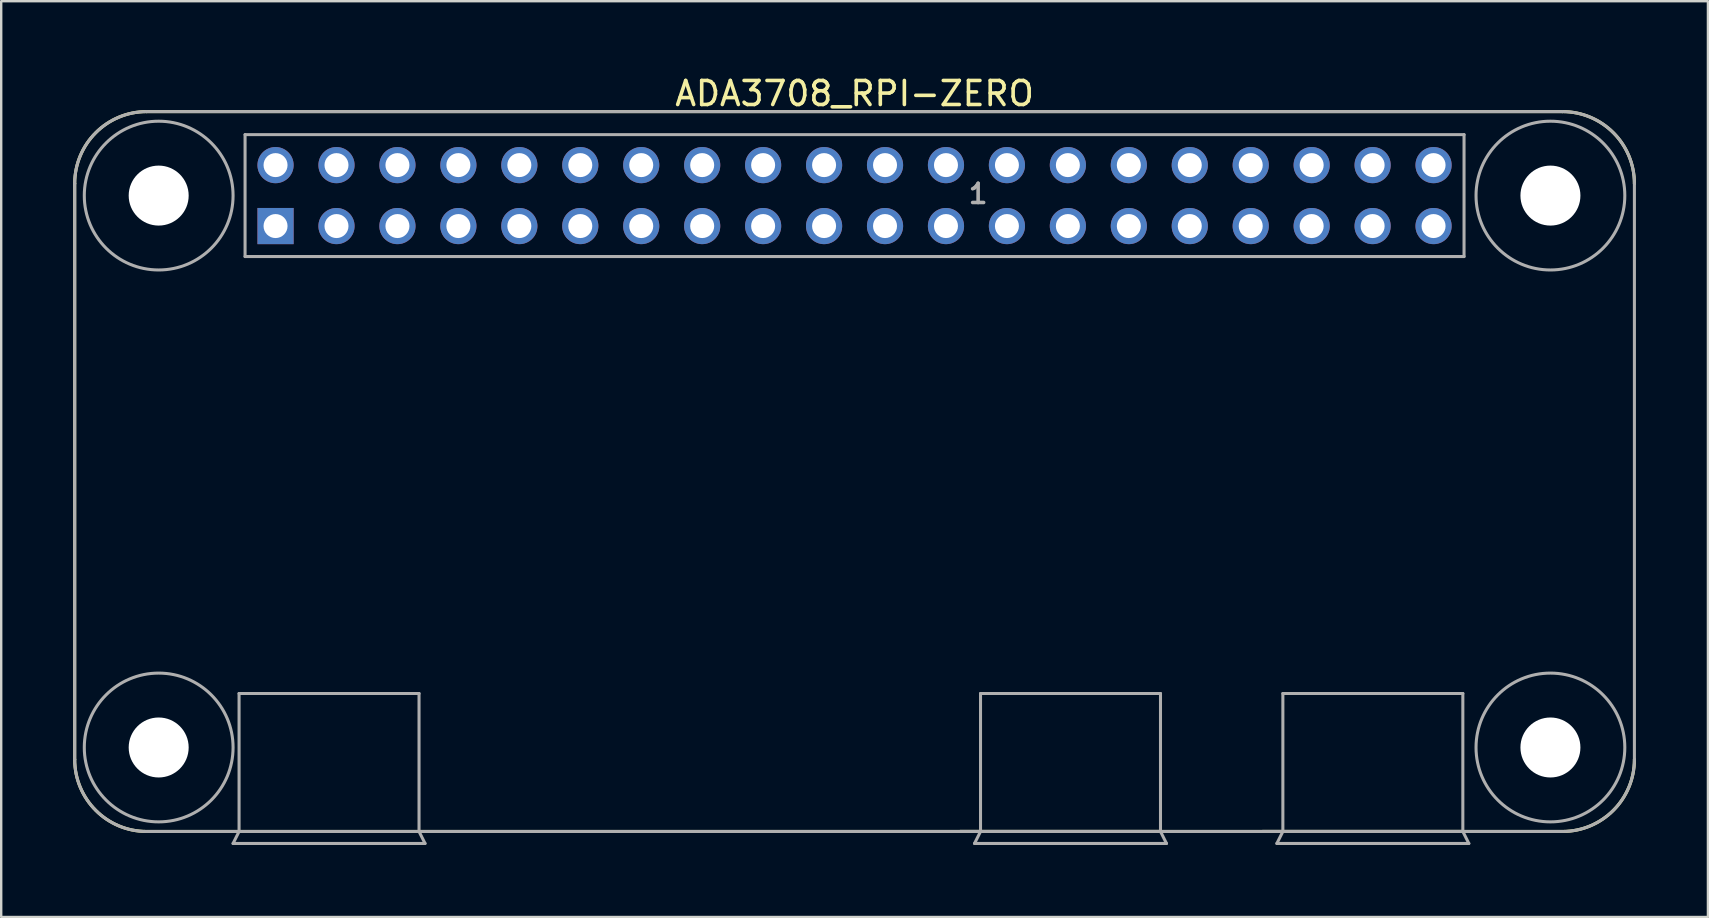
<source format=kicad_pcb>
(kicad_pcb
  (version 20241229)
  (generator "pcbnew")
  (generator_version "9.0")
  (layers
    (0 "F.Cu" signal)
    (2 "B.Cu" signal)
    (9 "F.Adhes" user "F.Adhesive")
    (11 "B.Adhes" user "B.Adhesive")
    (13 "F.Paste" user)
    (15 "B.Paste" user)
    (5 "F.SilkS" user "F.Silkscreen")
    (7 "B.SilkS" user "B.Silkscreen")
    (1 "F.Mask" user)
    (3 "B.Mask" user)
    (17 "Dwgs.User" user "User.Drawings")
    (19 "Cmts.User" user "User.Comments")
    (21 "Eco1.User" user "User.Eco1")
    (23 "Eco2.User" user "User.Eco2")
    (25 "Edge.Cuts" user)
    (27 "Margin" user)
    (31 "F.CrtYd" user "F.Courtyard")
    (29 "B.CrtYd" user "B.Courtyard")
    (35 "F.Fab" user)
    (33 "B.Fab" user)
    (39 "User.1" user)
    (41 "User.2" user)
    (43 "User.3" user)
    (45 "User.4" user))
  (footprint "ADA3708_RPI-ZERO"
    (layer "F.Cu")
    (at 32.563 5.101)
    (property "Reference" "ADA3708_RPI-ZERO" (at 0 -4.252 0) (layer "F.SilkS") (effects (font (size 1.002 1.002) (thickness 0.15))))
    (attr through_hole)
    (fp_line (start -32.5 -0.5) (end -32.5 23.5) (stroke (width 0.127) (type solid)) (layer "F.SilkS"))
    (fp_line (start -29.5 26.5) (end 29.5 26.5) (stroke (width 0.127) (type solid)) (layer "F.SilkS"))
    (fp_line (start 4.4 26.5) (end 12.75 26.5) (stroke (width 0.127) (type solid)) (layer "F.SilkS"))
    (fp_line (start 17 26.5) (end 25.35 26.5) (stroke (width 0.127) (type solid)) (layer "F.SilkS"))
    (fp_line (start 29.5 -3.5) (end -29.5 -3.5) (stroke (width 0.127) (type solid)) (layer "F.SilkS"))
    (fp_arc (start -32.5 -0.5) (mid -31.62132 -2.62132) (end -29.5 -3.5) (stroke (width 0.127) (type solid)) (layer "F.SilkS"))
    (fp_arc (start -29.5 26.5) (mid -31.62132 25.62132) (end -32.5 23.5) (stroke (width 0.127) (type solid)) (layer "F.SilkS"))
    (fp_arc (start 29.5 -3.5) (mid 31.62132 -2.62132) (end 32.5 -0.5) (stroke (width 0.127) (type solid)) (layer "F.SilkS"))
    (fp_arc (start 32.5 23.5) (mid 31.62132 25.62132) (end 29.5 26.5) (stroke (width 0.127) (type solid)) (layer "F.SilkS"))
    (fp_line (start -32.5 -0.5) (end -32.5 23.5) (stroke (width 0.127) (type solid)) (layer "F.Fab"))
    (fp_line (start -29.5 26.5) (end -25.65 26.5) (stroke (width 0.127) (type solid)) (layer "F.Fab"))
    (fp_line (start -25.9 27) (end -17.9 27) (stroke (width 0.127) (type solid)) (layer "F.Fab"))
    (fp_line (start -25.65 20.75) (end -18.15 20.75) (stroke (width 0.127) (type solid)) (layer "F.Fab"))
    (fp_line (start -25.65 26.5) (end -25.9 27) (stroke (width 0.127) (type solid)) (layer "F.Fab"))
    (fp_line (start -25.65 26.5) (end -25.65 20.75) (stroke (width 0.127) (type solid)) (layer "F.Fab"))
    (fp_line (start -25.65 26.5) (end -18.15 26.5) (stroke (width 0.127) (type solid)) (layer "F.Fab"))
    (fp_line (start -25.4 -2.54) (end -25.4 2.54) (stroke (width 0.127) (type solid)) (layer "F.Fab"))
    (fp_line (start -25.4 2.54) (end 25.4 2.54) (stroke (width 0.127) (type solid)) (layer "F.Fab"))
    (fp_line (start -18.15 20.75) (end -18.15 26.5) (stroke (width 0.127) (type solid)) (layer "F.Fab"))
    (fp_line (start -18.15 26.5) (end 29.5 26.5) (stroke (width 0.127) (type solid)) (layer "F.Fab"))
    (fp_line (start -17.9 27) (end -18.15 26.5) (stroke (width 0.127) (type solid)) (layer "F.Fab"))
    (fp_line (start 4.4 26.5) (end 5.25 26.5) (stroke (width 0.127) (type solid)) (layer "F.Fab"))
    (fp_line (start 5 27) (end 13 27) (stroke (width 0.127) (type solid)) (layer "F.Fab"))
    (fp_line (start 5.25 20.75) (end 12.75 20.75) (stroke (width 0.127) (type solid)) (layer "F.Fab"))
    (fp_line (start 5.25 26.5) (end 5 27) (stroke (width 0.127) (type solid)) (layer "F.Fab"))
    (fp_line (start 5.25 26.5) (end 5.25 20.75) (stroke (width 0.127) (type solid)) (layer "F.Fab"))
    (fp_line (start 5.25 26.5) (end 12.75 26.5) (stroke (width 0.127) (type solid)) (layer "F.Fab"))
    (fp_line (start 12.75 20.75) (end 12.75 26.5) (stroke (width 0.127) (type solid)) (layer "F.Fab"))
    (fp_line (start 13 27) (end 12.75 26.5) (stroke (width 0.127) (type solid)) (layer "F.Fab"))
    (fp_line (start 17 26.5) (end 17.85 26.5) (stroke (width 0.127) (type solid)) (layer "F.Fab"))
    (fp_line (start 17.6 27) (end 25.6 27) (stroke (width 0.127) (type solid)) (layer "F.Fab"))
    (fp_line (start 17.85 20.75) (end 25.35 20.75) (stroke (width 0.127) (type solid)) (layer "F.Fab"))
    (fp_line (start 17.85 26.5) (end 17.6 27) (stroke (width 0.127) (type solid)) (layer "F.Fab"))
    (fp_line (start 17.85 26.5) (end 17.85 20.75) (stroke (width 0.127) (type solid)) (layer "F.Fab"))
    (fp_line (start 17.85 26.5) (end 25.35 26.5) (stroke (width 0.127) (type solid)) (layer "F.Fab"))
    (fp_line (start 25.35 20.75) (end 25.35 26.5) (stroke (width 0.127) (type solid)) (layer "F.Fab"))
    (fp_line (start 25.4 -2.54) (end -25.4 -2.54) (stroke (width 0.127) (type solid)) (layer "F.Fab"))
    (fp_line (start 25.4 2.54) (end 25.4 -2.54) (stroke (width 0.127) (type solid)) (layer "F.Fab"))
    (fp_line (start 25.6 27) (end 25.35 26.5) (stroke (width 0.127) (type solid)) (layer "F.Fab"))
    (fp_line (start 29.5 -3.5) (end -29.5 -3.5) (stroke (width 0.127) (type solid)) (layer "F.Fab"))
    (fp_line (start 32.5 23.5) (end 32.5 -0.5) (stroke (width 0.127) (type solid)) (layer "F.Fab"))
    (fp_arc (start -32.5 -0.5) (mid -31.62132 -2.62132) (end -29.5 -3.5) (stroke (width 0.127) (type solid)) (layer "F.Fab"))
    (fp_arc (start -29.5 26.5) (mid -31.62132 25.62132) (end -32.5 23.5) (stroke (width 0.127) (type solid)) (layer "F.Fab"))
    (fp_arc (start 29.5 -3.5) (mid 31.62132 -2.62132) (end 32.5 -0.5) (stroke (width 0.127) (type solid)) (layer "F.Fab"))
    (fp_arc (start 32.5 23.5) (mid 31.62132 25.62132) (end 29.5 26.5) (stroke (width 0.127) (type solid)) (layer "F.Fab"))
    (fp_circle (center -29 0) (end -25.9 0) (stroke (width 0.127) (type solid)) (fill no) (layer "F.Fab"))
    (fp_circle (center -29 23) (end -25.9 23) (stroke (width 0.127) (type solid)) (fill no) (layer "F.Fab"))
    (fp_circle (center 29 0) (end 32.1 0) (stroke (width 0.127) (type solid)) (fill no) (layer "F.Fab"))
    (fp_circle (center 29 23) (end 32.1 23) (stroke (width 0.127) (type solid)) (fill no) (layer "F.Fab"))
    (fp_text user "1" (at 5.15 -0.075 0) (layer "F.Fab") (effects (font (size 0.801 0.801) (thickness 0.15))))
    (pad "" np_thru_hole circle (at -29 0) (size 2.5 2.5) (drill 2.5) (layers "*.Cu" "*.Mask"))
    (pad "" np_thru_hole circle (at -29 23) (size 2.5 2.5) (drill 2.5) (layers "*.Cu" "*.Mask"))
    (pad "" np_thru_hole circle (at 29 0) (size 2.5 2.5) (drill 2.5) (layers "*.Cu" "*.Mask"))
    (pad "" np_thru_hole circle (at 29 23) (size 2.5 2.5) (drill 2.5) (layers "*.Cu" "*.Mask"))
    (pad "1" thru_hole rect (at -24.13 1.27) (size 1.508 1.508) (drill 1) (layers "*.Cu" "*.Mask"))
    (pad "2" thru_hole circle (at -24.13 -1.27) (size 1.508 1.508) (drill 1) (layers "*.Cu" "*.Mask"))
    (pad "3" thru_hole circle (at -21.59 1.27) (size 1.508 1.508) (drill 1) (layers "*.Cu" "*.Mask"))
    (pad "4" thru_hole circle (at -21.59 -1.27) (size 1.508 1.508) (drill 1) (layers "*.Cu" "*.Mask"))
    (pad "5" thru_hole circle (at -19.05 1.27) (size 1.508 1.508) (drill 1) (layers "*.Cu" "*.Mask"))
    (pad "6" thru_hole circle (at -19.05 -1.27) (size 1.508 1.508) (drill 1) (layers "*.Cu" "*.Mask"))
    (pad "7" thru_hole circle (at -16.51 1.27) (size 1.508 1.508) (drill 1) (layers "*.Cu" "*.Mask"))
    (pad "8" thru_hole circle (at -16.51 -1.27) (size 1.508 1.508) (drill 1) (layers "*.Cu" "*.Mask"))
    (pad "9" thru_hole circle (at -13.97 1.27) (size 1.508 1.508) (drill 1) (layers "*.Cu" "*.Mask"))
    (pad "10" thru_hole circle (at -13.97 -1.27) (size 1.508 1.508) (drill 1) (layers "*.Cu" "*.Mask"))
    (pad "11" thru_hole circle (at -11.43 1.27) (size 1.508 1.508) (drill 1) (layers "*.Cu" "*.Mask"))
    (pad "12" thru_hole circle (at -11.43 -1.27) (size 1.508 1.508) (drill 1) (layers "*.Cu" "*.Mask"))
    (pad "13" thru_hole circle (at -8.89 1.27) (size 1.508 1.508) (drill 1) (layers "*.Cu" "*.Mask"))
    (pad "14" thru_hole circle (at -8.89 -1.27) (size 1.508 1.508) (drill 1) (layers "*.Cu" "*.Mask"))
    (pad "15" thru_hole circle (at -6.35 1.27) (size 1.508 1.508) (drill 1) (layers "*.Cu" "*.Mask"))
    (pad "16" thru_hole circle (at -6.35 -1.27) (size 1.508 1.508) (drill 1) (layers "*.Cu" "*.Mask"))
    (pad "17" thru_hole circle (at -3.81 1.27) (size 1.508 1.508) (drill 1) (layers "*.Cu" "*.Mask"))
    (pad "18" thru_hole circle (at -3.81 -1.27) (size 1.508 1.508) (drill 1) (layers "*.Cu" "*.Mask"))
    (pad "19" thru_hole circle (at -1.27 1.27) (size 1.508 1.508) (drill 1) (layers "*.Cu" "*.Mask"))
    (pad "20" thru_hole circle (at -1.27 -1.27) (size 1.508 1.508) (drill 1) (layers "*.Cu" "*.Mask"))
    (pad "21" thru_hole circle (at 1.27 1.27) (size 1.508 1.508) (drill 1) (layers "*.Cu" "*.Mask"))
    (pad "22" thru_hole circle (at 1.27 -1.27) (size 1.508 1.508) (drill 1) (layers "*.Cu" "*.Mask"))
    (pad "23" thru_hole circle (at 3.81 1.27) (size 1.508 1.508) (drill 1) (layers "*.Cu" "*.Mask"))
    (pad "24" thru_hole circle (at 3.81 -1.27) (size 1.508 1.508) (drill 1) (layers "*.Cu" "*.Mask"))
    (pad "25" thru_hole circle (at 6.35 1.27) (size 1.508 1.508) (drill 1) (layers "*.Cu" "*.Mask"))
    (pad "26" thru_hole circle (at 6.35 -1.27) (size 1.508 1.508) (drill 1) (layers "*.Cu" "*.Mask"))
    (pad "27" thru_hole circle (at 8.89 1.27) (size 1.508 1.508) (drill 1) (layers "*.Cu" "*.Mask"))
    (pad "28" thru_hole circle (at 8.89 -1.27) (size 1.508 1.508) (drill 1) (layers "*.Cu" "*.Mask"))
    (pad "29" thru_hole circle (at 11.43 1.27) (size 1.508 1.508) (drill 1) (layers "*.Cu" "*.Mask"))
    (pad "30" thru_hole circle (at 11.43 -1.27) (size 1.508 1.508) (drill 1) (layers "*.Cu" "*.Mask"))
    (pad "31" thru_hole circle (at 13.97 1.27) (size 1.508 1.508) (drill 1) (layers "*.Cu" "*.Mask"))
    (pad "32" thru_hole circle (at 13.97 -1.27) (size 1.508 1.508) (drill 1) (layers "*.Cu" "*.Mask"))
    (pad "33" thru_hole circle (at 16.51 1.27) (size 1.508 1.508) (drill 1) (layers "*.Cu" "*.Mask"))
    (pad "34" thru_hole circle (at 16.51 -1.27) (size 1.508 1.508) (drill 1) (layers "*.Cu" "*.Mask"))
    (pad "35" thru_hole circle (at 19.05 1.27) (size 1.508 1.508) (drill 1) (layers "*.Cu" "*.Mask"))
    (pad "36" thru_hole circle (at 19.05 -1.27) (size 1.508 1.508) (drill 1) (layers "*.Cu" "*.Mask"))
    (pad "37" thru_hole circle (at 21.59 1.27) (size 1.508 1.508) (drill 1) (layers "*.Cu" "*.Mask"))
    (pad "38" thru_hole circle (at 21.59 -1.27) (size 1.508 1.508) (drill 1) (layers "*.Cu" "*.Mask"))
    (pad "39" thru_hole circle (at 24.13 1.27) (size 1.508 1.508) (drill 1) (layers "*.Cu" "*.Mask"))
    (pad "40" thru_hole circle (at 24.13 -1.27) (size 1.508 1.508) (drill 1) (layers "*.Cu" "*.Mask")))
  (gr_rect
    (start -3 -3)
    (end 68.127 35.165)
    (stroke (width 0.1) (type default))
    (fill no)
    (layer "Edge.Cuts")))
</source>
